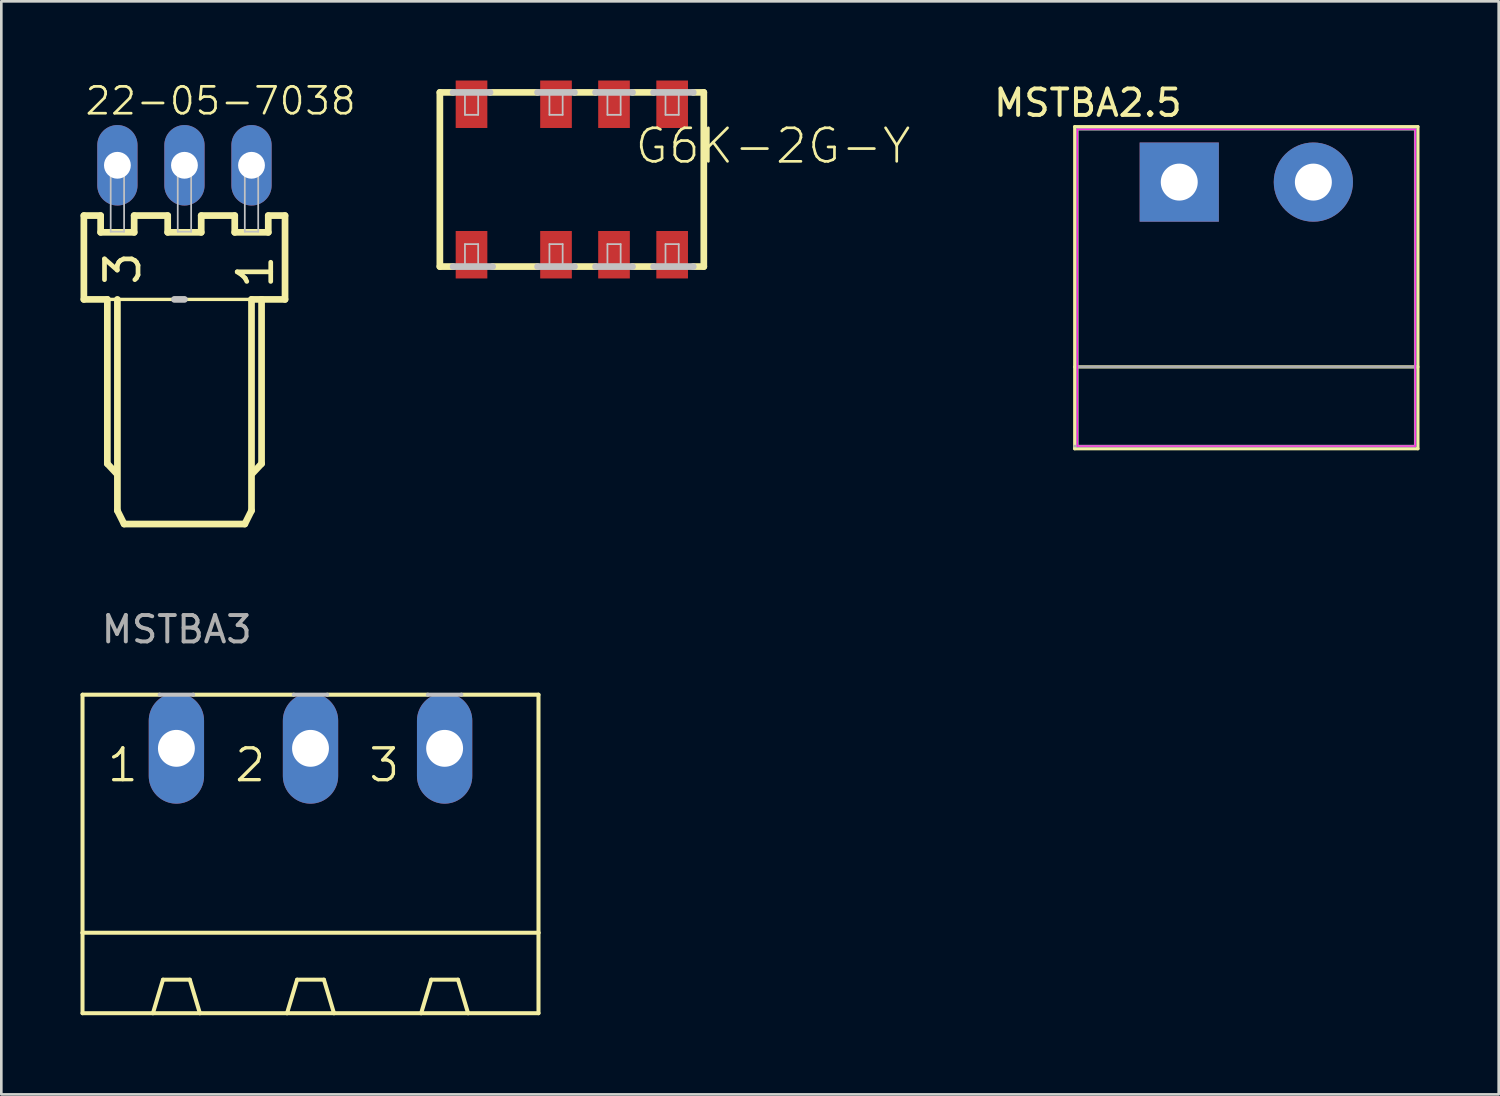
<source format=kicad_pcb>
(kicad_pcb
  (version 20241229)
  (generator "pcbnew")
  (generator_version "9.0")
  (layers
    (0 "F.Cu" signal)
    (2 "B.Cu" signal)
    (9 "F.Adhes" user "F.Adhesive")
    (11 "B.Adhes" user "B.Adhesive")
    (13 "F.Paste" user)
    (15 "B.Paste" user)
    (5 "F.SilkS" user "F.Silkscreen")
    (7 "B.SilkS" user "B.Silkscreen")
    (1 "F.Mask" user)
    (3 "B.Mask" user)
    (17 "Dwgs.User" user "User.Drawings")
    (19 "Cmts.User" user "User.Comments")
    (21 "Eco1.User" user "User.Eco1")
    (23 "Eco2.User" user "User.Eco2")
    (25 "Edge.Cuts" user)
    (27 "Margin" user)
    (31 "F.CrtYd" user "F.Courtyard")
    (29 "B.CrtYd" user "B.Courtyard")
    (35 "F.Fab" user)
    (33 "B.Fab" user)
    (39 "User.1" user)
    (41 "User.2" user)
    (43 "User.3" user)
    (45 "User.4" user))
  (footprint "22-05-7038"
    (layer "F.Cu")
    (at 3.937 3.211)
    (property "Reference" "22-05-7038" (at 1.369 -2.438 180) (layer "F.SilkS") (effects (font (size 1.016 1.016) (thickness 0.102))))
    (attr exclude_from_pos_files exclude_from_bom)
    (fp_line (start -3.81 1.905) (end -3.81 5.08) (stroke (width 0.254) (type solid)) (layer "F.SilkS"))
    (fp_line (start -3.81 5.08) (end -2.921 5.08) (stroke (width 0.254) (type solid)) (layer "F.SilkS"))
    (fp_line (start -3.175 1.905) (end -3.81 1.905) (stroke (width 0.254) (type solid)) (layer "F.SilkS"))
    (fp_line (start -3.175 2.54) (end -3.175 1.905) (stroke (width 0.254) (type solid)) (layer "F.SilkS"))
    (fp_line (start -2.921 5.08) (end -2.921 11.303) (stroke (width 0.254) (type solid)) (layer "F.SilkS"))
    (fp_line (start -2.921 5.08) (end -2.54 5.08) (stroke (width 0.127) (type solid)) (layer "F.SilkS"))
    (fp_line (start -2.921 11.303) (end -2.588 11.659) (stroke (width 0.254) (type solid)) (layer "F.SilkS"))
    (fp_line (start -2.54 5.08) (end -2.54 13.081) (stroke (width 0.254) (type solid)) (layer "F.SilkS"))
    (fp_line (start -2.54 5.08) (end 2.54 5.08) (stroke (width 0.127) (type solid)) (layer "F.SilkS"))
    (fp_line (start -2.54 13.081) (end -2.286 13.589) (stroke (width 0.254) (type solid)) (layer "F.SilkS"))
    (fp_line (start -1.905 1.905) (end -1.905 2.54) (stroke (width 0.254) (type solid)) (layer "F.SilkS"))
    (fp_line (start -1.905 2.54) (end -3.175 2.54) (stroke (width 0.254) (type solid)) (layer "F.SilkS"))
    (fp_line (start -0.635 1.905) (end -1.905 1.905) (stroke (width 0.254) (type solid)) (layer "F.SilkS"))
    (fp_line (start -0.635 2.54) (end -0.635 1.905) (stroke (width 0.254) (type solid)) (layer "F.SilkS"))
    (fp_line (start 0.635 1.905) (end 0.635 2.54) (stroke (width 0.254) (type solid)) (layer "F.SilkS"))
    (fp_line (start 0.635 2.54) (end -0.635 2.54) (stroke (width 0.254) (type solid)) (layer "F.SilkS"))
    (fp_line (start 1.905 1.905) (end 0.635 1.905) (stroke (width 0.254) (type solid)) (layer "F.SilkS"))
    (fp_line (start 1.905 2.54) (end 1.905 1.905) (stroke (width 0.254) (type solid)) (layer "F.SilkS"))
    (fp_line (start 2.286 13.589) (end -2.286 13.589) (stroke (width 0.254) (type solid)) (layer "F.SilkS"))
    (fp_line (start 2.54 5.08) (end 2.54 13.081) (stroke (width 0.254) (type solid)) (layer "F.SilkS"))
    (fp_line (start 2.54 5.08) (end 2.921 5.08) (stroke (width 0.254) (type solid)) (layer "F.SilkS"))
    (fp_line (start 2.54 13.081) (end 2.286 13.589) (stroke (width 0.254) (type solid)) (layer "F.SilkS"))
    (fp_line (start 2.921 5.08) (end 2.921 11.303) (stroke (width 0.254) (type solid)) (layer "F.SilkS"))
    (fp_line (start 2.921 5.08) (end 3.81 5.08) (stroke (width 0.254) (type solid)) (layer "F.SilkS"))
    (fp_line (start 2.921 11.303) (end 2.588 11.659) (stroke (width 0.254) (type solid)) (layer "F.SilkS"))
    (fp_line (start 3.175 1.905) (end 3.175 2.54) (stroke (width 0.254) (type solid)) (layer "F.SilkS"))
    (fp_line (start 3.175 2.54) (end 1.905 2.54) (stroke (width 0.254) (type solid)) (layer "F.SilkS"))
    (fp_line (start 3.81 1.905) (end 3.175 1.905) (stroke (width 0.254) (type solid)) (layer "F.SilkS"))
    (fp_line (start 3.81 5.08) (end 3.81 1.905) (stroke (width 0.254) (type solid)) (layer "F.SilkS"))
    (fp_line (start -2.794 -0.254) (end -2.286 -0.254) (stroke (width 0.066) (type solid)) (layer "Dwgs.User"))
    (fp_line (start -2.794 0.254) (end -2.794 -0.254) (stroke (width 0.066) (type solid)) (layer "Dwgs.User"))
    (fp_line (start -2.794 0.254) (end -2.286 0.254) (stroke (width 0.066) (type solid)) (layer "Dwgs.User"))
    (fp_line (start -2.794 0.279) (end -2.286 0.279) (stroke (width 0.066) (type solid)) (layer "Dwgs.User"))
    (fp_line (start -2.794 2.515) (end -2.794 0.279) (stroke (width 0.066) (type solid)) (layer "Dwgs.User"))
    (fp_line (start -2.794 2.515) (end -2.286 2.515) (stroke (width 0.066) (type solid)) (layer "Dwgs.User"))
    (fp_line (start -2.286 0.254) (end -2.286 -0.254) (stroke (width 0.066) (type solid)) (layer "Dwgs.User"))
    (fp_line (start -2.286 2.515) (end -2.286 0.279) (stroke (width 0.066) (type solid)) (layer "Dwgs.User"))
    (fp_line (start -0.254 -0.254) (end 0.254 -0.254) (stroke (width 0.066) (type solid)) (layer "Dwgs.User"))
    (fp_line (start -0.254 0.254) (end -0.254 -0.254) (stroke (width 0.066) (type solid)) (layer "Dwgs.User"))
    (fp_line (start -0.254 0.254) (end 0.254 0.254) (stroke (width 0.066) (type solid)) (layer "Dwgs.User"))
    (fp_line (start -0.254 0.279) (end 0.254 0.279) (stroke (width 0.066) (type solid)) (layer "Dwgs.User"))
    (fp_line (start -0.254 2.515) (end -0.254 0.279) (stroke (width 0.066) (type solid)) (layer "Dwgs.User"))
    (fp_line (start -0.254 2.515) (end 0.254 2.515) (stroke (width 0.066) (type solid)) (layer "Dwgs.User"))
    (fp_line (start 0 5.08) (end -0.381 5.08) (stroke (width 0.254) (type solid)) (layer "Dwgs.User"))
    (fp_line (start 0.254 0.254) (end 0.254 -0.254) (stroke (width 0.066) (type solid)) (layer "Dwgs.User"))
    (fp_line (start 0.254 2.515) (end 0.254 0.279) (stroke (width 0.066) (type solid)) (layer "Dwgs.User"))
    (fp_line (start 2.286 -0.254) (end 2.794 -0.254) (stroke (width 0.066) (type solid)) (layer "Dwgs.User"))
    (fp_line (start 2.286 0.254) (end 2.286 -0.254) (stroke (width 0.066) (type solid)) (layer "Dwgs.User"))
    (fp_line (start 2.286 0.254) (end 2.794 0.254) (stroke (width 0.066) (type solid)) (layer "Dwgs.User"))
    (fp_line (start 2.286 0.279) (end 2.794 0.279) (stroke (width 0.066) (type solid)) (layer "Dwgs.User"))
    (fp_line (start 2.286 2.515) (end 2.286 0.279) (stroke (width 0.066) (type solid)) (layer "Dwgs.User"))
    (fp_line (start 2.286 2.515) (end 2.794 2.515) (stroke (width 0.066) (type solid)) (layer "Dwgs.User"))
    (fp_line (start 2.794 0.254) (end 2.794 -0.254) (stroke (width 0.066) (type solid)) (layer "Dwgs.User"))
    (fp_line (start 2.794 2.515) (end 2.794 0.279) (stroke (width 0.066) (type solid)) (layer "Dwgs.User"))
    (fp_text user "1" (at 2.69 4.036 270) (layer "F.SilkS") (effects (font (size 1.27 1.27) (thickness 0.178))))
    (fp_text user "3" (at -2.337 3.909 270) (layer "F.SilkS") (effects (font (size 1.27 1.27) (thickness 0.178))))
    (pad "1" thru_hole oval (at 2.54 0 180) (size 1.524 3.048) (drill 1.016) (layers "*.Cu" "*.Paste" "*.Mask"))
    (pad "2" thru_hole oval (at 0 0 180) (size 1.524 3.048) (drill 1.016) (layers "*.Cu" "*.Paste" "*.Mask"))
    (pad "3" thru_hole oval (at -2.54 0 180) (size 1.524 3.048) (drill 1.016) (layers "*.Cu" "*.Paste" "*.Mask")))
  (footprint "MSTBA3"
    (layer "F.Cu")
    (at 8.712 30.377)
    (property "Reference" "MSTBA3" (at -8 -9 0) (layer "F.Fab") (effects (font (size 1 1) (thickness 0.15)) (justify left bottom)))
    (attr through_hole)
    (fp_line (start -8.636 -7.112) (end -8.636 1.905) (stroke (width 0.152) (type solid)) (layer "F.SilkS"))
    (fp_line (start -8.636 -7.112) (end -5.715 -7.112) (stroke (width 0.152) (type solid)) (layer "F.SilkS"))
    (fp_line (start -8.636 1.905) (end -8.636 4.953) (stroke (width 0.152) (type solid)) (layer "F.SilkS"))
    (fp_line (start -8.636 1.905) (end 8.636 1.905) (stroke (width 0.152) (type solid)) (layer "F.SilkS"))
    (fp_line (start -8.636 4.953) (end -5.969 4.953) (stroke (width 0.152) (type solid)) (layer "F.SilkS"))
    (fp_line (start -5.969 4.953) (end -5.588 3.683) (stroke (width 0.152) (type solid)) (layer "F.SilkS"))
    (fp_line (start -5.969 4.953) (end -4.191 4.953) (stroke (width 0.152) (type solid)) (layer "F.SilkS"))
    (fp_line (start -4.572 3.683) (end -5.588 3.683) (stroke (width 0.152) (type solid)) (layer "F.SilkS"))
    (fp_line (start -4.445 -7.112) (end -0.635 -7.112) (stroke (width 0.152) (type solid)) (layer "F.SilkS"))
    (fp_line (start -4.191 4.953) (end -4.572 3.683) (stroke (width 0.152) (type solid)) (layer "F.SilkS"))
    (fp_line (start -4.191 4.953) (end -0.889 4.953) (stroke (width 0.152) (type solid)) (layer "F.SilkS"))
    (fp_line (start -0.889 4.953) (end -0.508 3.683) (stroke (width 0.152) (type solid)) (layer "F.SilkS"))
    (fp_line (start -0.889 4.953) (end 0.889 4.953) (stroke (width 0.152) (type solid)) (layer "F.SilkS"))
    (fp_line (start -0.508 3.683) (end 0.508 3.683) (stroke (width 0.152) (type solid)) (layer "F.SilkS"))
    (fp_line (start 0.635 -7.112) (end 4.445 -7.112) (stroke (width 0.152) (type solid)) (layer "F.SilkS"))
    (fp_line (start 0.889 4.953) (end 0.508 3.683) (stroke (width 0.152) (type solid)) (layer "F.SilkS"))
    (fp_line (start 0.889 4.953) (end 4.191 4.953) (stroke (width 0.152) (type solid)) (layer "F.SilkS"))
    (fp_line (start 4.191 4.953) (end 4.572 3.683) (stroke (width 0.152) (type solid)) (layer "F.SilkS"))
    (fp_line (start 4.191 4.953) (end 5.969 4.953) (stroke (width 0.152) (type solid)) (layer "F.SilkS"))
    (fp_line (start 4.572 3.683) (end 5.588 3.683) (stroke (width 0.152) (type solid)) (layer "F.SilkS"))
    (fp_line (start 5.715 -7.112) (end 8.636 -7.112) (stroke (width 0.152) (type solid)) (layer "F.SilkS"))
    (fp_line (start 5.969 4.953) (end 5.588 3.683) (stroke (width 0.152) (type solid)) (layer "F.SilkS"))
    (fp_line (start 5.969 4.953) (end 8.636 4.953) (stroke (width 0.152) (type solid)) (layer "F.SilkS"))
    (fp_line (start 8.636 -7.112) (end 8.636 1.905) (stroke (width 0.152) (type solid)) (layer "F.SilkS"))
    (fp_line (start 8.636 1.905) (end 8.636 4.953) (stroke (width 0.152) (type solid)) (layer "F.SilkS"))
    (fp_line (start -5.715 -7.112) (end -4.445 -7.112) (stroke (width 0.152) (type solid)) (layer "Dwgs.User"))
    (fp_line (start -0.635 -7.112) (end 0.635 -7.112) (stroke (width 0.152) (type solid)) (layer "Dwgs.User"))
    (fp_line (start 4.445 -7.112) (end 5.715 -7.112) (stroke (width 0.152) (type solid)) (layer "Dwgs.User"))
    (fp_text user "2" (at -2.286 -4.445 0) (layer "F.SilkS") (effects (font (size 1.206 1.206) (thickness 0.127))))
    (fp_text user "3" (at 2.794 -4.445 0) (layer "F.SilkS") (effects (font (size 1.206 1.206) (thickness 0.127))))
    (fp_text user "1" (at -7.112 -4.445 0) (layer "F.SilkS") (effects (font (size 1.206 1.206) (thickness 0.127))))
    (pad "1" thru_hole oval (at -5.08 -5.08 90) (size 4.191 2.095) (drill 1.397) (layers "*.Cu" "*.Mask"))
    (pad "2" thru_hole oval (at 0 -5.08 90) (size 4.191 2.095) (drill 1.397) (layers "*.Cu" "*.Mask"))
    (pad "3" thru_hole oval (at 5.08 -5.08 90) (size 4.191 2.095) (drill 1.397) (layers "*.Cu" "*.Mask")))
  (footprint "G6K-2G-Y"
    (layer "F.Cu")
    (at 18.611 3.749)
    (property "Reference" "G6K-2G-Y" (at 7.62 -1.27 0) (layer "F.SilkS") (effects (font (size 1.27 1.27) (thickness 0.102))))
    (attr smd)
    (fp_line (start -4.999 -3.299) (end -4.498 -3.299) (stroke (width 0.254) (type solid)) (layer "F.SilkS"))
    (fp_line (start -4.999 3.299) (end -4.999 -3.299) (stroke (width 0.254) (type solid)) (layer "F.SilkS"))
    (fp_line (start -4.999 3.299) (end -4.498 3.299) (stroke (width 0.254) (type solid)) (layer "F.SilkS"))
    (fp_line (start -3.099 -3.299) (end -1.298 -3.299) (stroke (width 0.254) (type solid)) (layer "F.SilkS"))
    (fp_line (start -1.298 3.299) (end -3 3.299) (stroke (width 0.254) (type solid)) (layer "F.SilkS"))
    (fp_line (start 0.099 -3.299) (end 0.899 -3.299) (stroke (width 0.254) (type solid)) (layer "F.SilkS"))
    (fp_line (start 0.899 3.299) (end 0.099 3.299) (stroke (width 0.254) (type solid)) (layer "F.SilkS"))
    (fp_line (start 2.299 -3.299) (end 3.099 -3.299) (stroke (width 0.254) (type solid)) (layer "F.SilkS"))
    (fp_line (start 3.099 3.299) (end 2.299 3.299) (stroke (width 0.254) (type solid)) (layer "F.SilkS"))
    (fp_line (start 4.999 -3.299) (end 4.6 -3.299) (stroke (width 0.254) (type solid)) (layer "F.SilkS"))
    (fp_line (start 4.999 -3.299) (end 4.999 3.299) (stroke (width 0.254) (type solid)) (layer "F.SilkS"))
    (fp_line (start 4.999 3.299) (end 4.6 3.299) (stroke (width 0.254) (type solid)) (layer "F.SilkS"))
    (fp_line (start -4.498 -3.299) (end -3.099 -3.299) (stroke (width 0.254) (type solid)) (layer "Dwgs.User"))
    (fp_line (start -4.049 -3.249) (end -3.548 -3.249) (stroke (width 0.066) (type solid)) (layer "Dwgs.User"))
    (fp_line (start -4.049 -2.449) (end -4.049 -3.249) (stroke (width 0.066) (type solid)) (layer "Dwgs.User"))
    (fp_line (start -4.049 -2.449) (end -3.548 -2.449) (stroke (width 0.066) (type solid)) (layer "Dwgs.User"))
    (fp_line (start -4.049 2.449) (end -3.548 2.449) (stroke (width 0.066) (type solid)) (layer "Dwgs.User"))
    (fp_line (start -4.049 3.249) (end -4.049 2.449) (stroke (width 0.066) (type solid)) (layer "Dwgs.User"))
    (fp_line (start -4.049 3.249) (end -3.548 3.249) (stroke (width 0.066) (type solid)) (layer "Dwgs.User"))
    (fp_line (start -3.548 -2.449) (end -3.548 -3.249) (stroke (width 0.066) (type solid)) (layer "Dwgs.User"))
    (fp_line (start -3.548 3.249) (end -3.548 2.449) (stroke (width 0.066) (type solid)) (layer "Dwgs.User"))
    (fp_line (start -3 3.299) (end -4.498 3.299) (stroke (width 0.254) (type solid)) (layer "Dwgs.User"))
    (fp_line (start -1.298 -3.299) (end 0.099 -3.299) (stroke (width 0.254) (type solid)) (layer "Dwgs.User"))
    (fp_line (start -0.848 -3.249) (end -0.348 -3.249) (stroke (width 0.066) (type solid)) (layer "Dwgs.User"))
    (fp_line (start -0.848 -2.449) (end -0.848 -3.249) (stroke (width 0.066) (type solid)) (layer "Dwgs.User"))
    (fp_line (start -0.848 -2.449) (end -0.348 -2.449) (stroke (width 0.066) (type solid)) (layer "Dwgs.User"))
    (fp_line (start -0.848 2.449) (end -0.348 2.449) (stroke (width 0.066) (type solid)) (layer "Dwgs.User"))
    (fp_line (start -0.848 3.249) (end -0.848 2.449) (stroke (width 0.066) (type solid)) (layer "Dwgs.User"))
    (fp_line (start -0.848 3.249) (end -0.348 3.249) (stroke (width 0.066) (type solid)) (layer "Dwgs.User"))
    (fp_line (start -0.348 -2.449) (end -0.348 -3.249) (stroke (width 0.066) (type solid)) (layer "Dwgs.User"))
    (fp_line (start -0.348 3.249) (end -0.348 2.449) (stroke (width 0.066) (type solid)) (layer "Dwgs.User"))
    (fp_line (start 0.099 3.299) (end -1.298 3.299) (stroke (width 0.254) (type solid)) (layer "Dwgs.User"))
    (fp_line (start 0.899 -3.299) (end 2.299 -3.299) (stroke (width 0.254) (type solid)) (layer "Dwgs.User"))
    (fp_line (start 1.349 -3.249) (end 1.849 -3.249) (stroke (width 0.066) (type solid)) (layer "Dwgs.User"))
    (fp_line (start 1.349 -2.449) (end 1.349 -3.249) (stroke (width 0.066) (type solid)) (layer "Dwgs.User"))
    (fp_line (start 1.349 -2.449) (end 1.849 -2.449) (stroke (width 0.066) (type solid)) (layer "Dwgs.User"))
    (fp_line (start 1.349 2.449) (end 1.849 2.449) (stroke (width 0.066) (type solid)) (layer "Dwgs.User"))
    (fp_line (start 1.349 3.249) (end 1.349 2.449) (stroke (width 0.066) (type solid)) (layer "Dwgs.User"))
    (fp_line (start 1.349 3.249) (end 1.849 3.249) (stroke (width 0.066) (type solid)) (layer "Dwgs.User"))
    (fp_line (start 1.849 -2.449) (end 1.849 -3.249) (stroke (width 0.066) (type solid)) (layer "Dwgs.User"))
    (fp_line (start 1.849 3.249) (end 1.849 2.449) (stroke (width 0.066) (type solid)) (layer "Dwgs.User"))
    (fp_line (start 2.299 3.299) (end 0.899 3.299) (stroke (width 0.254) (type solid)) (layer "Dwgs.User"))
    (fp_line (start 3.099 -3.299) (end 4.6 -3.299) (stroke (width 0.254) (type solid)) (layer "Dwgs.User"))
    (fp_line (start 3.548 -3.249) (end 4.049 -3.249) (stroke (width 0.066) (type solid)) (layer "Dwgs.User"))
    (fp_line (start 3.548 -2.449) (end 3.548 -3.249) (stroke (width 0.066) (type solid)) (layer "Dwgs.User"))
    (fp_line (start 3.548 -2.449) (end 4.049 -2.449) (stroke (width 0.066) (type solid)) (layer "Dwgs.User"))
    (fp_line (start 3.548 2.449) (end 4.049 2.449) (stroke (width 0.066) (type solid)) (layer "Dwgs.User"))
    (fp_line (start 3.548 3.249) (end 3.548 2.449) (stroke (width 0.066) (type solid)) (layer "Dwgs.User"))
    (fp_line (start 3.548 3.249) (end 4.049 3.249) (stroke (width 0.066) (type solid)) (layer "Dwgs.User"))
    (fp_line (start 4.049 -2.449) (end 4.049 -3.249) (stroke (width 0.066) (type solid)) (layer "Dwgs.User"))
    (fp_line (start 4.049 3.249) (end 4.049 2.449) (stroke (width 0.066) (type solid)) (layer "Dwgs.User"))
    (fp_line (start 4.6 3.299) (end 3.099 3.299) (stroke (width 0.254) (type solid)) (layer "Dwgs.User"))
    (pad "1" smd rect (at -3.8 2.85) (size 1.199 1.798) (layers "F.Cu" "F.Mask" "F.Paste"))
    (pad "2" smd rect (at -0.599 2.85) (size 1.199 1.798) (layers "F.Cu" "F.Mask" "F.Paste"))
    (pad "3" smd rect (at 1.598 2.85) (size 1.199 1.798) (layers "F.Cu" "F.Mask" "F.Paste"))
    (pad "4" smd rect (at 3.8 2.85) (size 1.199 1.798) (layers "F.Cu" "F.Mask" "F.Paste"))
    (pad "5" smd rect (at 3.8 -2.85) (size 1.199 1.798) (layers "F.Cu" "F.Mask" "F.Paste"))
    (pad "6" smd rect (at 1.598 -2.85) (size 1.199 1.798) (layers "F.Cu" "F.Mask" "F.Paste"))
    (pad "7" smd rect (at -0.599 -2.85) (size 1.199 1.798) (layers "F.Cu" "F.Mask" "F.Paste"))
    (pad "8" smd rect (at -3.8 -2.85) (size 1.199 1.798) (layers "F.Cu" "F.Mask" "F.Paste")))
  (footprint "MSTBA2.5"
    (layer "F.Cu")
    (at 44.16 7.848)
    (property "Reference" "MSTBA2.5" (at -6 -7 0) (layer "F.SilkS") (effects (font (size 1 1) (thickness 0.15))))
    (attr through_hole)
    (fp_line (start -6.5 -6.1) (end -6.5 6.1) (stroke (width 0.12) (type solid)) (layer "F.SilkS"))
    (fp_line (start -6.5 6.1) (end 6.5 6.1) (stroke (width 0.12) (type solid)) (layer "F.SilkS"))
    (fp_line (start 6.5 -6.1) (end -6.5 -6.1) (stroke (width 0.12) (type solid)) (layer "F.SilkS"))
    (fp_line (start 6.5 3) (end -6.5 3) (stroke (width 0.12) (type solid)) (layer "F.SilkS"))
    (fp_line (start 6.5 6.1) (end 6.5 -6.1) (stroke (width 0.12) (type solid)) (layer "F.SilkS"))
    (fp_line (start -6.4 -6) (end -6.4 6) (stroke (width 0.05) (type solid)) (layer "F.CrtYd"))
    (fp_line (start -6.4 -6) (end 6.4 -6) (stroke (width 0.05) (type solid)) (layer "F.CrtYd"))
    (fp_line (start 6.4 6) (end -6.4 6) (stroke (width 0.05) (type solid)) (layer "F.CrtYd"))
    (fp_line (start 6.4 6) (end 6.4 -6) (stroke (width 0.05) (type solid)) (layer "F.CrtYd"))
    (fp_line (start -6.5 6) (end 6.4 6) (stroke (width 0.1) (type solid)) (layer "F.Fab"))
    (fp_line (start -6.4 -6) (end -6.4 6) (stroke (width 0.1) (type solid)) (layer "F.Fab"))
    (fp_line (start -6.4 3) (end 6.4 3) (stroke (width 0.1) (type solid)) (layer "F.Fab"))
    (fp_line (start 6.4 -6) (end -6.4 -6) (stroke (width 0.1) (type solid)) (layer "F.Fab"))
    (fp_line (start 6.4 6) (end 6.4 -6) (stroke (width 0.1) (type solid)) (layer "F.Fab"))
    (pad "1" thru_hole rect (at -2.54 -4) (size 3 3) (drill 1.4) (layers "*.Cu" "*.Mask"))
    (pad "2" thru_hole circle (at 2.54 -4) (size 3 3) (drill 1.4) (layers "*.Cu" "*.Mask")))
  (gr_rect
    (start -3 -3)
    (end 53.72 38.406)
    (stroke (width 0.1) (type default))
    (fill no)
    (layer "Edge.Cuts")))
</source>
